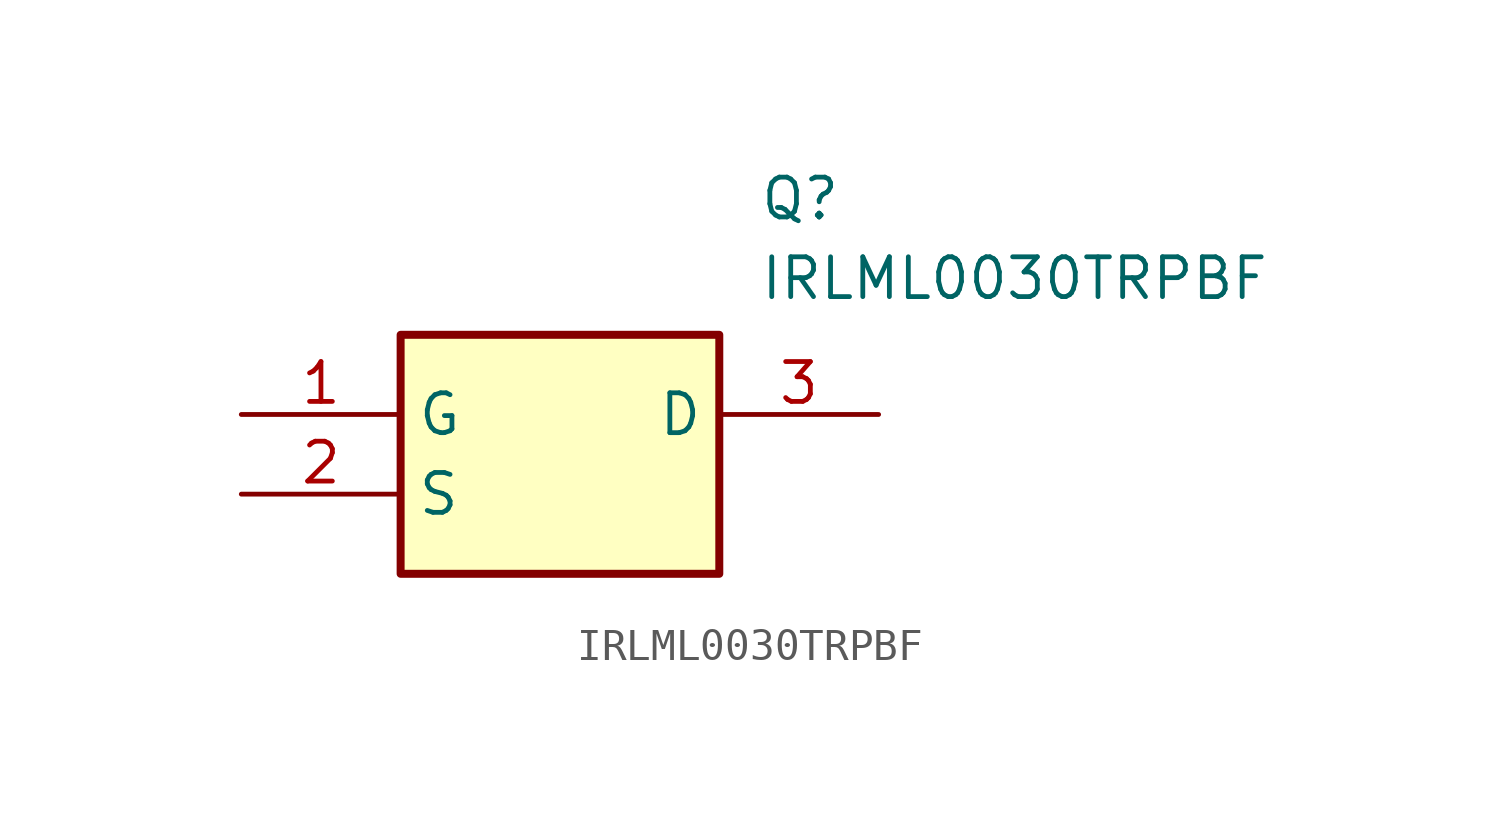
<source format=kicad_sym>
(kicad_symbol_lib
  (version 20211014)
  (generator SamacSys_ECAD_Model)
  (symbol "IRLML0030TRPBF"
    (property "Reference" "Q"
      (at 16.51 7.62 0)
      (effects (font (size 1.27 1.27)) (justify left top)))
    (property "Value" "IRLML0030TRPBF"
      (at 16.51 5.08 0)
      (effects (font (size 1.27 1.27)) (justify left top)))
    (rectangle
      (start 5.08 2.54)
      (end 15.24 -5.08)
      (stroke (width 0.254) (type default))
      (fill (type background)))
    (pin passive line
      (at 0 0 0)
      (length 5.08)
      (name "G" (effects (font (size 1.27 1.27))))
      (number "1" (effects (font (size 1.27 1.27)))))
    (pin passive line
      (at 0 -2.54 0)
      (length 5.08)
      (name "S" (effects (font (size 1.27 1.27))))
      (number "2" (effects (font (size 1.27 1.27)))))
    (pin passive line
      (at 20.32 0 180)
      (length 5.08)
      (name "D" (effects (font (size 1.27 1.27))))
      (number "3" (effects (font (size 1.27 1.27)))))))
</source>
